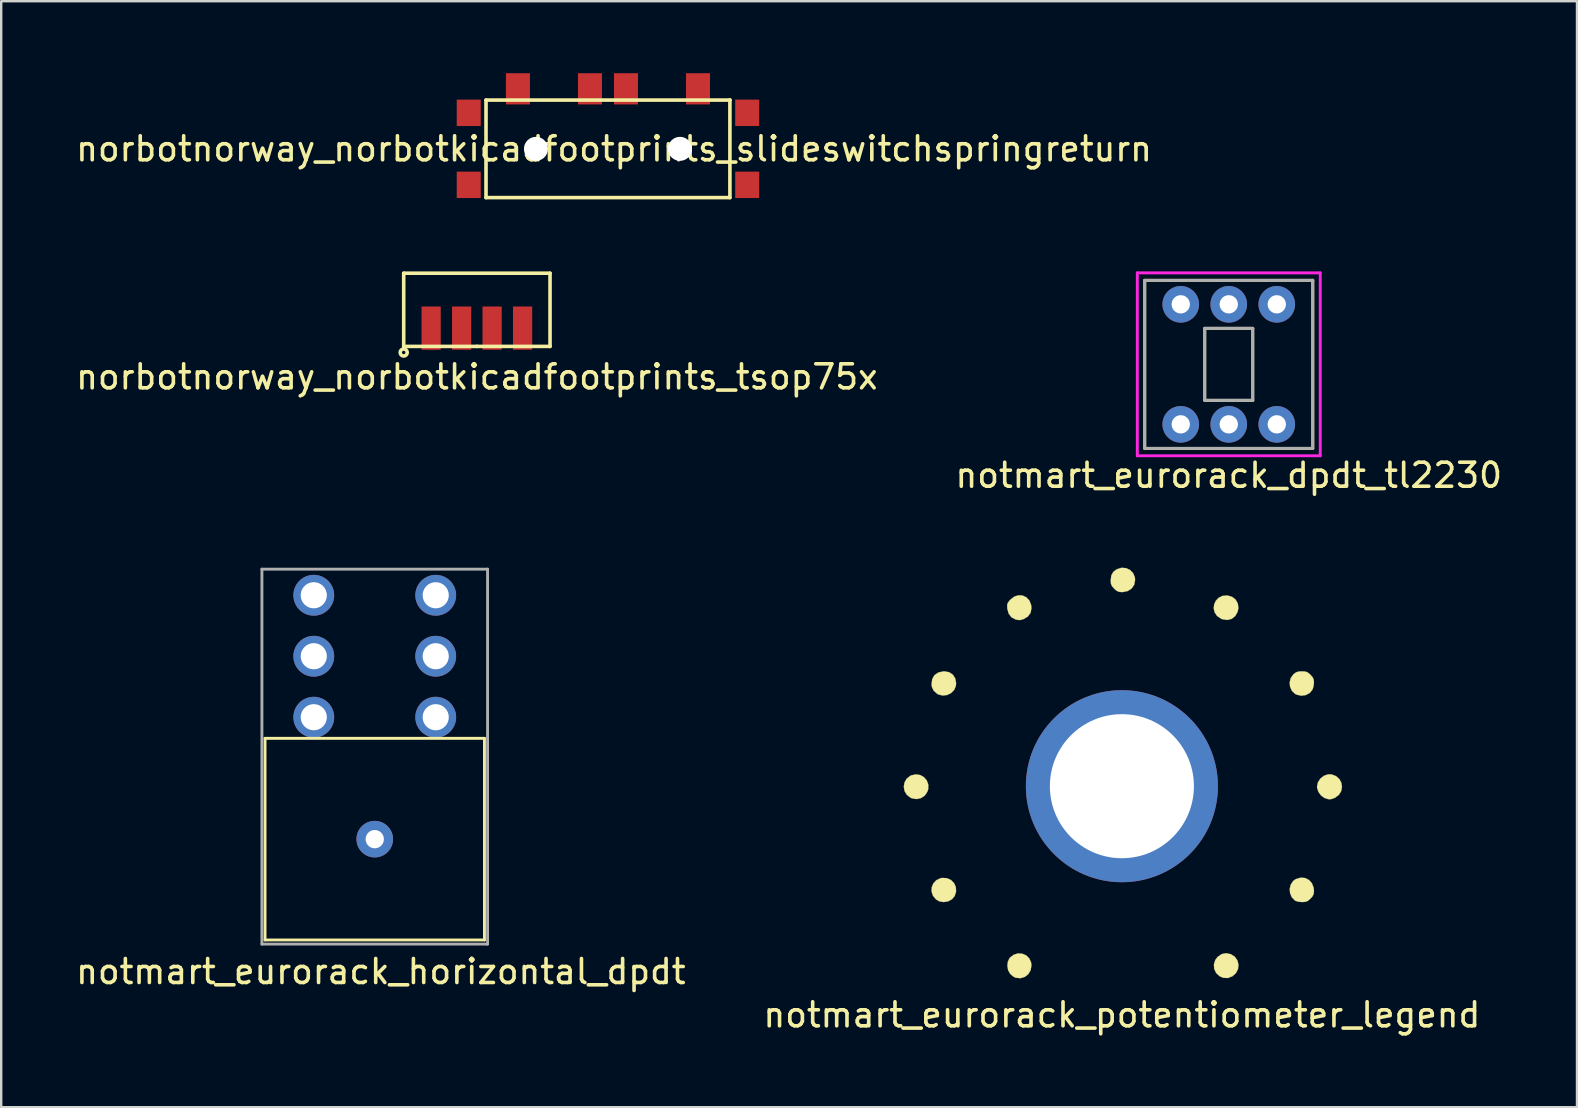
<source format=kicad_pcb>
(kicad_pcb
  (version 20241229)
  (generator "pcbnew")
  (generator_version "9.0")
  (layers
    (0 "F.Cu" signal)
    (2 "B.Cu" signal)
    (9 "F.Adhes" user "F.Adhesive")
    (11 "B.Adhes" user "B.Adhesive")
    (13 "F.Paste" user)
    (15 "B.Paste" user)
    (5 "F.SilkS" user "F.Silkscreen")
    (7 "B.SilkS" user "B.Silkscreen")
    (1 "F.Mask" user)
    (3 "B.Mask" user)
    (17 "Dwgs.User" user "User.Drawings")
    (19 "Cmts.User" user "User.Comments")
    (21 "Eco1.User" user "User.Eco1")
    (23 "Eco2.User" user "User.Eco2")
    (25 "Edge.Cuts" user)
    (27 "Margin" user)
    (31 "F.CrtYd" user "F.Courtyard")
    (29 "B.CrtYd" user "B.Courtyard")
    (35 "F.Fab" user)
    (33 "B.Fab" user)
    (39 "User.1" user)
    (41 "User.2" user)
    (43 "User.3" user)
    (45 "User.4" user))
  (footprint "norbotnorway_norbotkicadfootprints_slideswitchspringreturn"
    (layer "F.Cu")
    (at 22.276 3.15)
    (property "Reference" "norbotnorway_norbotkicadfootprints_slideswitchspringreturn" (at 0.254 0 0) (layer "F.SilkS") (effects (font (size 1 1) (thickness 0.15))))
    (attr through_hole)
    (fp_line (start -5.08 -2.032) (end -5.08 2.032) (stroke (width 0.15) (type solid)) (layer "F.SilkS"))
    (fp_line (start -5.08 2.032) (end 5.08 2.032) (stroke (width 0.15) (type solid)) (layer "F.SilkS"))
    (fp_line (start 5.08 -2.032) (end -5.08 -2.032) (stroke (width 0.15) (type solid)) (layer "F.SilkS"))
    (fp_line (start 5.08 -2.032) (end 5.08 -2.032) (stroke (width 0.15) (type solid)) (layer "F.SilkS"))
    (fp_line (start 5.08 2.032) (end 5.08 -2.032) (stroke (width 0.15) (type solid)) (layer "F.SilkS"))
    (pad "" smd rect (at -5.8 -1.5) (size 1 1.1) (layers "F.Cu" "F.Mask" "F.Paste"))
    (pad "" smd rect (at -5.8 1.5) (size 1 1.1) (layers "F.Cu" "F.Mask" "F.Paste"))
    (pad "" np_thru_hole circle (at -3 0) (size 1 1) (drill 1) (layers "*.Cu" "*.Mask"))
    (pad "" np_thru_hole circle (at 3 0) (size 1 1) (drill 1) (layers "*.Cu" "*.Mask"))
    (pad "" smd rect (at 5.8 -1.5) (size 1 1.1) (layers "F.Cu" "F.Mask" "F.Paste"))
    (pad "" smd rect (at 5.8 1.5) (size 1 1.1) (layers "F.Cu" "F.Mask" "F.Paste"))
    (pad "1" smd rect (at 3.75 -2.5) (size 1 1.3) (layers "F.Cu" "F.Mask" "F.Paste"))
    (pad "2" smd rect (at -0.75 -2.5) (size 1 1.3) (layers "F.Cu" "F.Mask" "F.Paste"))
    (pad "2" smd rect (at 0.75 -2.5) (size 1 1.3) (layers "F.Cu" "F.Mask" "F.Paste"))
    (pad "3" smd rect (at -3.75 -2.5) (size 1 1.3) (layers "F.Cu" "F.Mask" "F.Paste")))
  (footprint "notmart_eurorack_horizontal_dpdt"
    (layer "F.Cu")
    (at 12.561 27.707)
    (property "Reference" "notmart_eurorack_horizontal_dpdt" (at 0.254 9.716 0) (layer "F.SilkS") (effects (font (size 1 1) (thickness 0.15))))
    (attr through_hole)
    (fp_line (start -4.57 0) (end -4.57 8.4) (stroke (width 0.12) (type solid)) (layer "F.SilkS"))
    (fp_line (start -4.57 0) (end 4.57 0) (stroke (width 0.12) (type solid)) (layer "F.SilkS"))
    (fp_line (start -4.57 8.4) (end 4.57 8.4) (stroke (width 0.12) (type solid)) (layer "F.SilkS"))
    (fp_line (start 4.57 0) (end 4.57 8.4) (stroke (width 0.12) (type solid)) (layer "F.SilkS"))
    (fp_line (start -4.7 -7.048) (end -4.7 8.572) (stroke (width 0.12) (type solid)) (layer "F.Fab"))
    (fp_line (start -4.7 8.572) (end 4.7 8.572) (stroke (width 0.12) (type solid)) (layer "F.Fab"))
    (fp_line (start 4.7 -7.048) (end -4.7 -7.048) (stroke (width 0.12) (type solid)) (layer "F.Fab"))
    (fp_line (start 4.7 8.572) (end 4.7 -7.048) (stroke (width 0.12) (type solid)) (layer "F.Fab"))
    (pad "1" thru_hole circle (at -2.54 -0.88) (size 1.7 1.7) (drill 1.09) (layers "*.Cu" "*.Mask"))
    (pad "2" thru_hole circle (at -2.54 -3.42) (size 1.7 1.7) (drill 1.09) (layers "*.Cu" "*.Mask"))
    (pad "3" thru_hole circle (at -2.54 -5.96) (size 1.7 1.7) (drill 1.09) (layers "*.Cu" "*.Mask"))
    (pad "4" thru_hole circle (at 2.54 -0.88) (size 1.7 1.7) (drill 1.09) (layers "*.Cu" "*.Mask"))
    (pad "5" thru_hole circle (at 2.54 -3.42) (size 1.7 1.7) (drill 1.09) (layers "*.Cu" "*.Mask"))
    (pad "6" thru_hole circle (at 2.54 -5.96) (size 1.7 1.7) (drill 1.09) (layers "*.Cu" "*.Mask"))
    (pad "7" thru_hole circle (at 0 4.2) (size 1.524 1.524) (drill 0.762) (layers "*.Cu" "*.Mask")))
  (footprint "norbotnorway_norbotkicadfootprints_tsop75x"
    (layer "F.Cu")
    (at 16.815 10.11)
    (property "Reference" "norbotnorway_norbotkicadfootprints_tsop75x" (at 0 2.54 0) (layer "F.SilkS") (effects (font (size 1 1) (thickness 0.15))))
    (attr through_hole)
    (fp_line (start -3.048 -1.778) (end 3.048 -1.778) (stroke (width 0.15) (type solid)) (layer "F.SilkS"))
    (fp_line (start -3.048 1.27) (end -3.048 -1.778) (stroke (width 0.15) (type solid)) (layer "F.SilkS"))
    (fp_line (start 0 1.27) (end -3.048 1.27) (stroke (width 0.15) (type solid)) (layer "F.SilkS"))
    (fp_line (start 3.048 -1.778) (end 3.048 1.27) (stroke (width 0.15) (type solid)) (layer "F.SilkS"))
    (fp_line (start 3.048 1.27) (end 0 1.27) (stroke (width 0.15) (type solid)) (layer "F.SilkS"))
    (fp_circle (center -3.048 1.524) (end -2.997 1.575) (stroke (width 0.15) (type solid)) (fill no) (layer "F.SilkS"))
    (pad "1" smd rect (at -1.905 0.508) (size 0.8 1.8) (layers "F.Cu" "F.Mask" "F.Paste"))
    (pad "2" smd rect (at -0.635 0.508) (size 0.8 1.8) (layers "F.Cu" "F.Mask" "F.Paste"))
    (pad "3" smd rect (at 0.635 0.508) (size 0.8 1.8) (layers "F.Cu" "F.Mask" "F.Paste"))
    (pad "4" smd rect (at 1.905 0.508) (size 0.8 1.8) (layers "F.Cu" "F.Mask" "F.Paste")))
  (footprint "notmart_eurorack_potentiometer_legend"
    (layer "F.Cu")
    (at 43.685 29.701)
    (property "Reference" "notmart_eurorack_potentiometer_legend" (at 0 9.525 0) (layer "F.SilkS") (effects (font (size 1 1) (thickness 0.15))))
    (attr through_hole)
    (fp_poly (pts (xy -7.29 3.831) (xy -7.12 3.908) (xy -6.993 4.037) (xy -6.918 4.202) (xy -6.907 4.389) (xy -6.965 4.573) (xy -7.08 4.711) (xy -7.241 4.797) (xy -7.424 4.827) (xy -7.606 4.795) (xy -7.743 4.717) (xy -7.87 4.563) (xy -7.928 4.389) (xy -7.921 4.211) (xy -7.854 4.048) (xy -7.732 3.917) (xy -7.559 3.835) (xy -7.491 3.821) (xy -7.29 3.831)) (stroke (width 0.01) (type solid)) (fill yes) (layer "F.SilkS"))
    (fp_poly (pts (xy 4.541 6.999) (xy 4.706 7.108) (xy 4.812 7.259) (xy 4.856 7.434) (xy 4.837 7.614) (xy 4.754 7.78) (xy 4.606 7.915) (xy 4.602 7.918) (xy 4.411 7.991) (xy 4.217 7.98) (xy 4.072 7.915) (xy 3.927 7.782) (xy 3.846 7.613) (xy 3.833 7.426) (xy 3.889 7.243) (xy 3.986 7.112) (xy 4.157 6.994) (xy 4.347 6.957) (xy 4.541 6.999)) (stroke (width 0.01) (type solid)) (fill yes) (layer "F.SilkS"))
    (fp_poly (pts (xy -8.399 -0.464) (xy -8.245 -0.375) (xy -8.129 -0.24) (xy -8.066 -0.072) (xy -8.067 0.117) (xy -8.1 0.223) (xy -8.211 0.389) (xy -8.369 0.496) (xy -8.555 0.536) (xy -8.749 0.503) (xy -8.805 0.478) (xy -8.96 0.358) (xy -9.054 0.2) (xy -9.085 0.023) (xy -9.056 -0.153) (xy -8.967 -0.311) (xy -8.819 -0.43) (xy -8.774 -0.451) (xy -8.58 -0.493) (xy -8.399 -0.464)) (stroke (width 0.01) (type solid)) (fill yes) (layer "F.SilkS"))
    (fp_poly (pts (xy -7.194 -4.747) (xy -7.042 -4.645) (xy -6.943 -4.491) (xy -6.906 -4.298) (xy -6.917 -4.177) (xy -6.988 -4.008) (xy -7.117 -3.879) (xy -7.283 -3.799) (xy -7.466 -3.778) (xy -7.645 -3.822) (xy -7.691 -3.848) (xy -7.84 -3.978) (xy -7.916 -4.14) (xy -7.929 -4.252) (xy -7.9 -4.465) (xy -7.805 -4.628) (xy -7.648 -4.736) (xy -7.438 -4.782) (xy -7.388 -4.784) (xy -7.194 -4.747)) (stroke (width 0.01) (type solid)) (fill yes) (layer "F.SilkS"))
    (fp_poly (pts (xy 4.401 -7.944) (xy 4.594 -7.887) (xy 4.74 -7.769) (xy 4.83 -7.607) (xy 4.853 -7.417) (xy 4.822 -7.267) (xy 4.719 -7.086) (xy 4.57 -6.97) (xy 4.388 -6.925) (xy 4.188 -6.956) (xy 4.128 -6.98) (xy 3.964 -7.094) (xy 3.865 -7.241) (xy 3.826 -7.406) (xy 3.844 -7.572) (xy 3.913 -7.725) (xy 4.029 -7.848) (xy 4.189 -7.927) (xy 4.386 -7.945) (xy 4.401 -7.944)) (stroke (width 0.01) (type solid)) (fill yes) (layer "F.SilkS"))
    (fp_poly (pts (xy 8.733 -0.491) (xy 8.921 -0.42) (xy 9.058 -0.299) (xy 9.141 -0.143) (xy 9.168 0.029) (xy 9.136 0.201) (xy 9.043 0.355) (xy 8.888 0.475) (xy 8.871 0.483) (xy 8.719 0.538) (xy 8.585 0.538) (xy 8.436 0.488) (xy 8.295 0.386) (xy 8.186 0.235) (xy 8.131 0.065) (xy 8.128 0.021) (xy 8.167 -0.161) (xy 8.269 -0.317) (xy 8.417 -0.434) (xy 8.591 -0.494) (xy 8.733 -0.491)) (stroke (width 0.01) (type solid)) (fill yes) (layer "F.SilkS"))
    (fp_poly (pts (xy -4.145 6.979) (xy -3.985 7.05) (xy -3.859 7.173) (xy -3.783 7.341) (xy -3.768 7.47) (xy -3.804 7.67) (xy -3.902 7.832) (xy -4.046 7.944) (xy -4.221 7.997) (xy -4.412 7.98) (xy -4.466 7.961) (xy -4.553 7.906) (xy -4.649 7.82) (xy -4.657 7.812) (xy -4.738 7.669) (xy -4.77 7.492) (xy -4.751 7.312) (xy -4.681 7.162) (xy -4.661 7.138) (xy -4.499 7.017) (xy -4.322 6.966) (xy -4.145 6.979)) (stroke (width 0.01) (type solid)) (fill yes) (layer "F.SilkS"))
    (fp_poly (pts (xy -4.133 -7.941) (xy -3.977 -7.866) (xy -3.855 -7.735) (xy -3.782 -7.553) (xy -3.768 -7.414) (xy -3.805 -7.221) (xy -3.915 -7.07) (xy -4.094 -6.963) (xy -4.233 -6.922) (xy -4.318 -6.924) (xy -4.426 -6.946) (xy -4.6 -7.036) (xy -4.716 -7.187) (xy -4.773 -7.394) (xy -4.774 -7.402) (xy -4.78 -7.536) (xy -4.758 -7.628) (xy -4.693 -7.719) (xy -4.651 -7.766) (xy -4.485 -7.897) (xy -4.307 -7.953) (xy -4.133 -7.941)) (stroke (width 0.01) (type solid)) (fill yes) (layer "F.SilkS"))
    (fp_poly (pts (xy 0.171 -9.085) (xy 0.337 -9.009) (xy 0.465 -8.879) (xy 0.539 -8.705) (xy 0.55 -8.594) (xy 0.513 -8.394) (xy 0.408 -8.237) (xy 0.245 -8.131) (xy 0.034 -8.087) (xy -0.002 -8.086) (xy -0.131 -8.099) (xy -0.234 -8.151) (xy -0.322 -8.23) (xy -0.413 -8.334) (xy -0.455 -8.433) (xy -0.466 -8.57) (xy -0.466 -8.58) (xy -0.44 -8.783) (xy -0.356 -8.931) (xy -0.211 -9.038) (xy -0.017 -9.098) (xy 0.171 -9.085)) (stroke (width 0.01) (type solid)) (fill yes) (layer "F.SilkS"))
    (fp_poly (pts (xy 7.627 3.824) (xy 7.79 3.904) (xy 7.915 4.042) (xy 7.988 4.23) (xy 8.001 4.362) (xy 7.988 4.491) (xy 7.935 4.595) (xy 7.857 4.682) (xy 7.752 4.773) (xy 7.654 4.815) (xy 7.517 4.826) (xy 7.507 4.826) (xy 7.353 4.812) (xy 7.23 4.774) (xy 7.206 4.76) (xy 7.076 4.624) (xy 7.006 4.454) (xy 6.992 4.271) (xy 7.036 4.095) (xy 7.135 3.948) (xy 7.238 3.874) (xy 7.438 3.811) (xy 7.627 3.824)) (stroke (width 0.01) (type solid)) (fill yes) (layer "F.SilkS"))
    (fp_poly (pts (xy 7.639 -4.776) (xy 7.738 -4.741) (xy 7.834 -4.662) (xy 7.857 -4.64) (xy 7.952 -4.529) (xy 7.993 -4.423) (xy 8.001 -4.32) (xy 7.985 -4.173) (xy 7.945 -4.038) (xy 7.937 -4.02) (xy 7.821 -3.881) (xy 7.659 -3.796) (xy 7.473 -3.771) (xy 7.285 -3.812) (xy 7.214 -3.847) (xy 7.081 -3.974) (xy 7.006 -4.141) (xy 6.99 -4.326) (xy 7.036 -4.507) (xy 7.144 -4.66) (xy 7.152 -4.667) (xy 7.256 -4.743) (xy 7.369 -4.777) (xy 7.498 -4.784) (xy 7.639 -4.776)) (stroke (width 0.01) (type solid)) (fill yes) (layer "F.SilkS"))
    (pad "1" thru_hole circle (at 0 0) (size 8 8) (drill 6) (layers "*.Cu" "*.Mask")))
  (footprint "notmart_eurorack_dpdt_tl2230"
    (layer "F.Cu")
    (at 48.137 12.127)
    (property "Reference" "notmart_eurorack_dpdt_tl2230" (at 0 4.623 0) (layer "F.SilkS") (effects (font (size 1 1) (thickness 0.15))))
    (attr through_hole)
    (fp_line (start -3.5 -3.5) (end -3.5 3.5) (stroke (width 0.12) (type solid)) (layer "F.SilkS"))
    (fp_line (start -3.5 3.5) (end 3.5 3.5) (stroke (width 0.12) (type solid)) (layer "F.SilkS"))
    (fp_line (start -1 -1.5) (end -1 1.5) (stroke (width 0.12) (type solid)) (layer "F.SilkS"))
    (fp_line (start -1 1.5) (end 1 1.5) (stroke (width 0.12) (type solid)) (layer "F.SilkS"))
    (fp_line (start 1 -1.5) (end -1 -1.5) (stroke (width 0.12) (type solid)) (layer "F.SilkS"))
    (fp_line (start 1 1.5) (end 1 -1.5) (stroke (width 0.12) (type solid)) (layer "F.SilkS"))
    (fp_line (start 3.5 -3.5) (end -3.5 -3.5) (stroke (width 0.12) (type solid)) (layer "F.SilkS"))
    (fp_line (start 3.5 3.5) (end 3.5 -3.5) (stroke (width 0.12) (type solid)) (layer "F.SilkS"))
    (fp_line (start -3.81 -3.81) (end -3.81 3.81) (stroke (width 0.12) (type solid)) (layer "F.CrtYd"))
    (fp_line (start -3.81 3.81) (end 3.81 3.81) (stroke (width 0.12) (type solid)) (layer "F.CrtYd"))
    (fp_line (start 3.81 -3.81) (end -3.81 -3.81) (stroke (width 0.12) (type solid)) (layer "F.CrtYd"))
    (fp_line (start 3.81 3.81) (end 3.81 -3.81) (stroke (width 0.12) (type solid)) (layer "F.CrtYd"))
    (fp_line (start -3.5 -3.5) (end -3.5 3.5) (stroke (width 0.12) (type solid)) (layer "F.Fab"))
    (fp_line (start -3.5 3.5) (end 3.5 3.5) (stroke (width 0.12) (type solid)) (layer "F.Fab"))
    (fp_line (start -1 -1.5) (end -1 1.5) (stroke (width 0.12) (type solid)) (layer "F.Fab"))
    (fp_line (start -1 1.5) (end 1 1.5) (stroke (width 0.12) (type solid)) (layer "F.Fab"))
    (fp_line (start 1 -1.5) (end -1 -1.5) (stroke (width 0.12) (type solid)) (layer "F.Fab"))
    (fp_line (start 1 1.5) (end 1 -1.5) (stroke (width 0.12) (type solid)) (layer "F.Fab"))
    (fp_line (start 3.5 -3.5) (end -3.5 -3.5) (stroke (width 0.12) (type solid)) (layer "F.Fab"))
    (fp_line (start 3.5 3.5) (end 3.5 -3.5) (stroke (width 0.12) (type solid)) (layer "F.Fab"))
    (pad "1" thru_hole circle (at -2 2.5) (size 1.524 1.524) (drill 0.762) (layers "*.Cu" "*.Mask"))
    (pad "2" thru_hole circle (at 0 2.5) (size 1.524 1.524) (drill 0.762) (layers "*.Cu" "*.Mask"))
    (pad "3" thru_hole circle (at 2 2.5) (size 1.524 1.524) (drill 0.762) (layers "*.Cu" "*.Mask"))
    (pad "4" thru_hole circle (at -2 -2.5) (size 1.524 1.524) (drill 0.762) (layers "*.Cu" "*.Mask"))
    (pad "5" thru_hole circle (at 0 -2.5) (size 1.524 1.524) (drill 0.762) (layers "*.Cu" "*.Mask"))
    (pad "6" thru_hole circle (at 2 -2.5) (size 1.524 1.524) (drill 0.762) (layers "*.Cu" "*.Mask")))
  (gr_rect
    (start -3 -3)
    (end 62.643 43.074)
    (stroke (width 0.1) (type default))
    (fill no)
    (layer "Edge.Cuts")))
</source>
